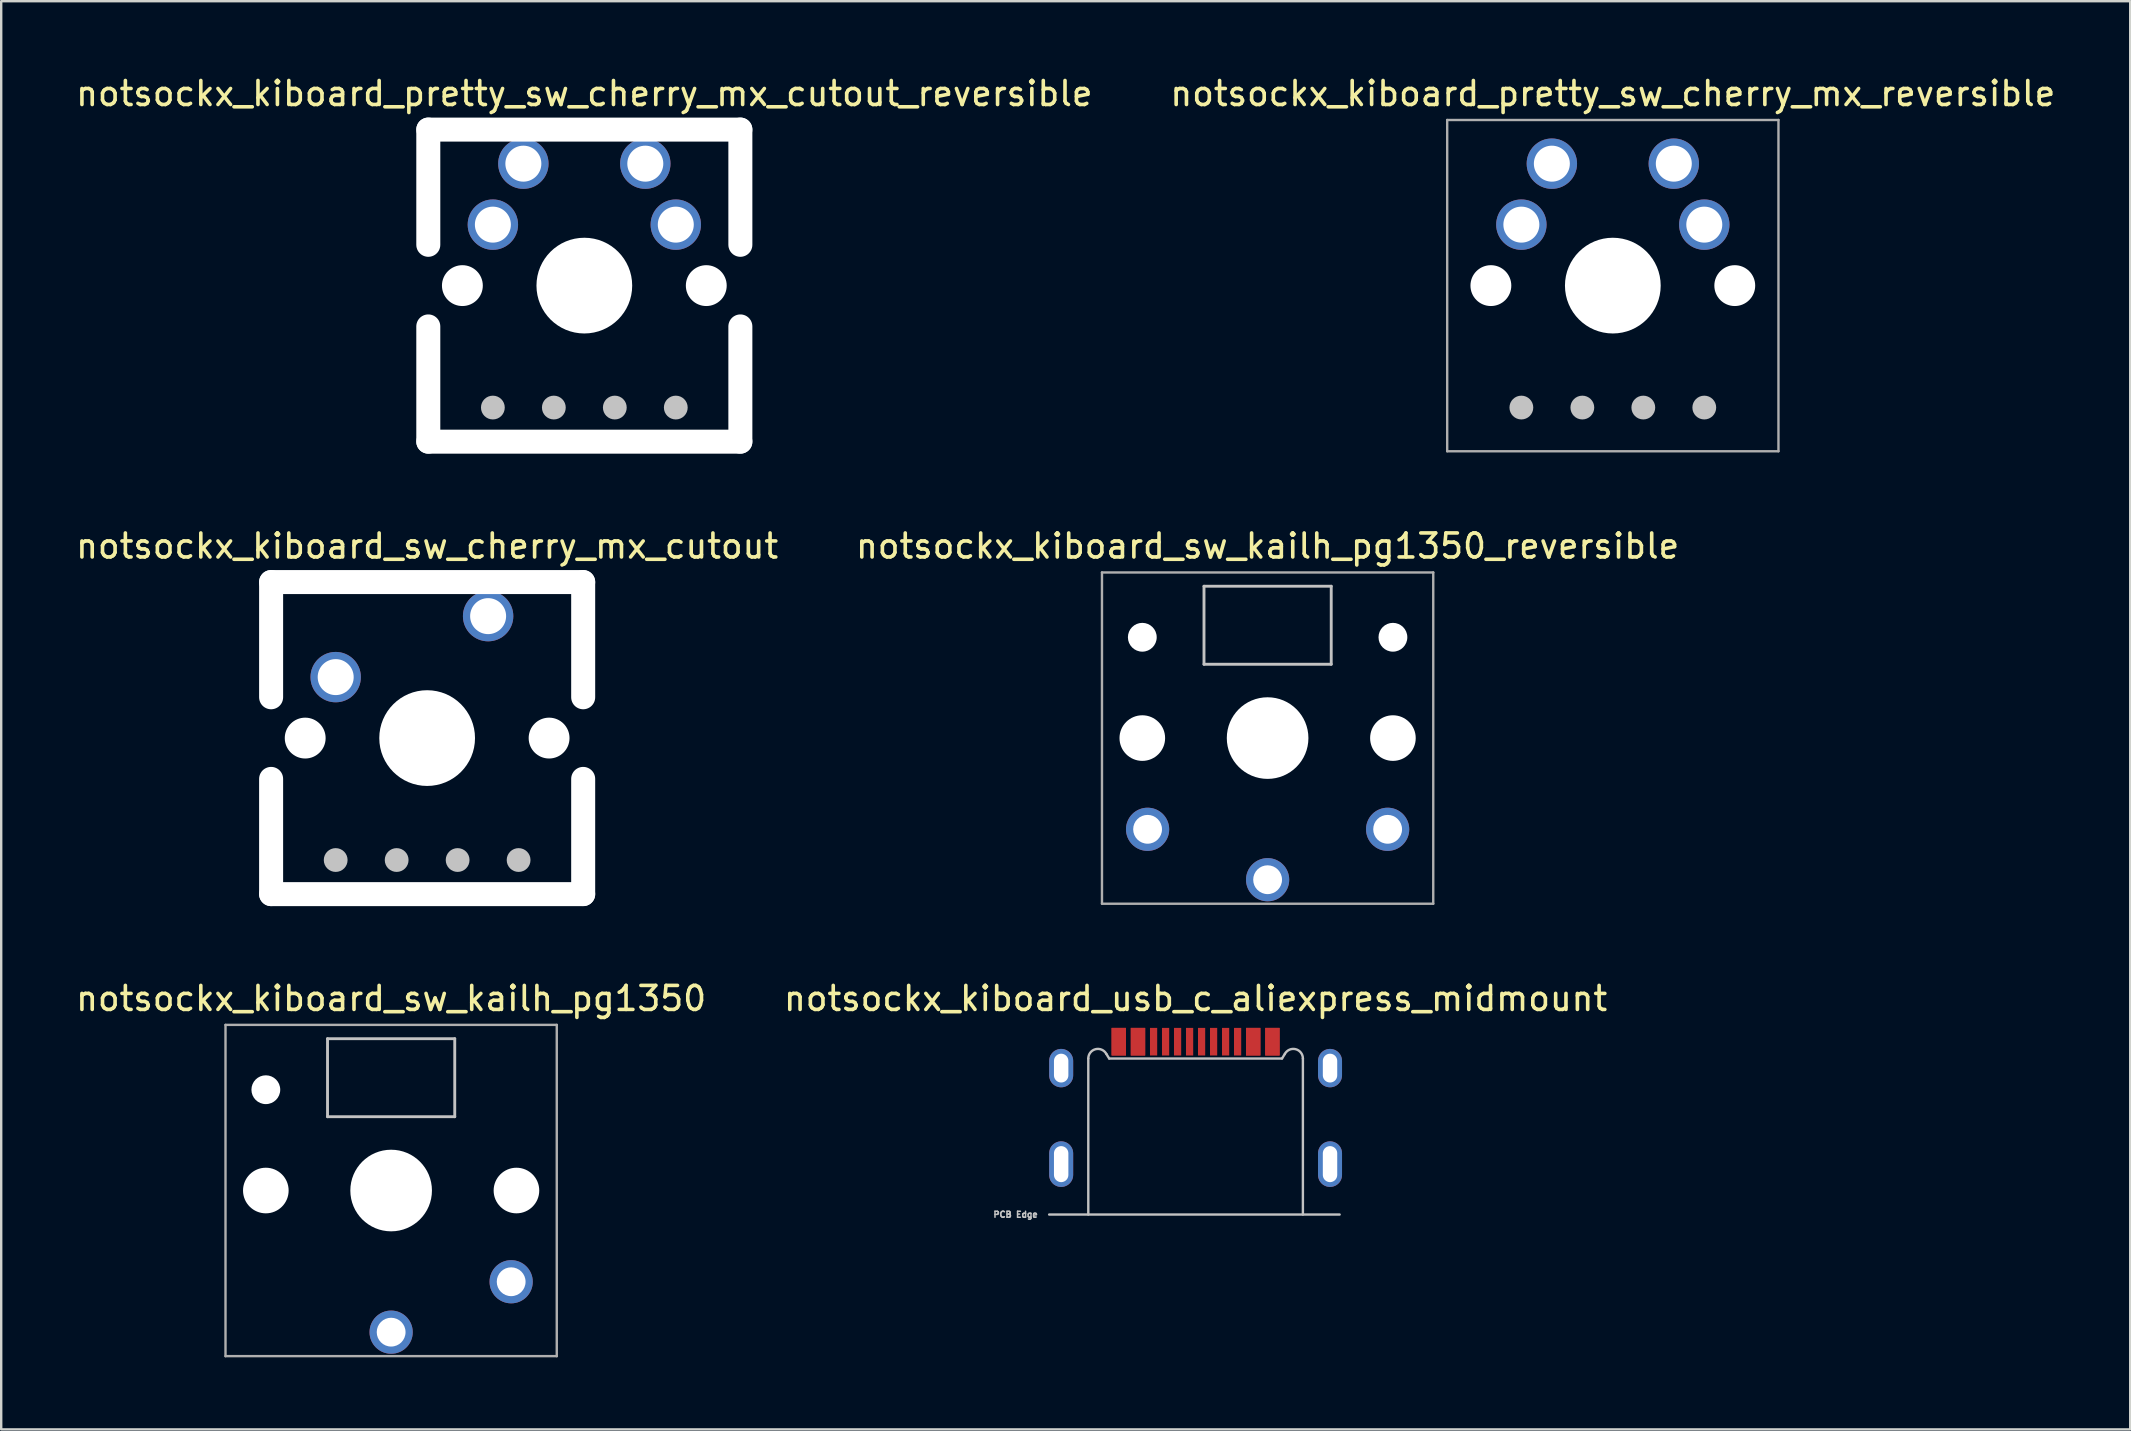
<source format=kicad_pcb>
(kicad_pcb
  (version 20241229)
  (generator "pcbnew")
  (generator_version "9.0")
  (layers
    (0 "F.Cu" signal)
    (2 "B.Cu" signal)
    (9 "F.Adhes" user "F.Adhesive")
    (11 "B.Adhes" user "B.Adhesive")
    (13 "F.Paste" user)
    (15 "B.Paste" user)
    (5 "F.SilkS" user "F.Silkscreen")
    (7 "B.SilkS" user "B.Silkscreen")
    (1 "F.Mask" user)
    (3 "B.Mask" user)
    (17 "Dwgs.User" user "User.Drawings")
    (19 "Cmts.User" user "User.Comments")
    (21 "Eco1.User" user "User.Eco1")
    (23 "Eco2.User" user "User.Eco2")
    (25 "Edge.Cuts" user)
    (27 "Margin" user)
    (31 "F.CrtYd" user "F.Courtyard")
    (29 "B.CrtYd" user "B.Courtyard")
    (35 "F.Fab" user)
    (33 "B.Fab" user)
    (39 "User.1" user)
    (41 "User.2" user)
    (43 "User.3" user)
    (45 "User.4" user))
  (footprint "notsockx_kiboard_sw_kailh_pg1350_reversible"
    (layer "F.Cu")
    (at 49.756 27.697)
    (property "Reference" "notsockx_kiboard_sw_kailh_pg1350_reversible" (at 0 -8 0) (layer "F.SilkS") (effects (font (size 1 1) (thickness 0.15))))
    (attr through_hole)
    (fp_line (start -2.65 -6.325) (end -2.65 -3.075) (stroke (width 0.12) (type solid)) (layer "Dwgs.User"))
    (fp_line (start -2.65 -6.325) (end 2.65 -6.325) (stroke (width 0.12) (type solid)) (layer "Dwgs.User"))
    (fp_line (start -2.65 -3.075) (end 2.65 -3.075) (stroke (width 0.12) (type solid)) (layer "Dwgs.User"))
    (fp_line (start 2.65 -6.325) (end 2.65 -3.075) (stroke (width 0.12) (type solid)) (layer "Dwgs.User"))
    (fp_line (start -6.9 -6.9) (end 6.9 -6.9) (stroke (width 0.1) (type solid)) (layer "F.Fab"))
    (fp_line (start -6.9 6.9) (end -6.9 -6.9) (stroke (width 0.1) (type solid)) (layer "F.Fab"))
    (fp_line (start 6.9 -6.9) (end 6.9 6.9) (stroke (width 0.1) (type solid)) (layer "F.Fab"))
    (fp_line (start 6.9 6.9) (end -6.9 6.9) (stroke (width 0.1) (type solid)) (layer "F.Fab"))
    (pad "" np_thru_hole circle (at -5.22 -4.2) (size 1.2 1.2) (drill 1.2) (layers "*.Cu" "*.Mask"))
    (pad "" np_thru_hole circle (at -5.22 0 180) (size 1.9 1.9) (drill 1.9) (layers "*.Cu" "*.Mask"))
    (pad "" np_thru_hole circle (at 0 0) (size 3.4 3.4) (drill 3.4) (layers "*.Cu" "*.Mask"))
    (pad "" np_thru_hole circle (at 5.22 -4.2 180) (size 1.2 1.2) (drill 1.2) (layers "*.Cu" "*.Mask"))
    (pad "" np_thru_hole circle (at 5.22 0) (size 1.9 1.9) (drill 1.9) (layers "*.Cu" "*.Mask"))
    (pad "1" thru_hole circle (at 0 5.9) (size 1.8 1.8) (drill 1.2) (layers "*.Cu" "*.Mask"))
    (pad "2" thru_hole circle (at -5 3.8 180) (size 1.8 1.8) (drill 1.2) (layers "*.Cu" "*.Mask"))
    (pad "2" thru_hole circle (at 5 3.8) (size 1.8 1.8) (drill 1.2) (layers "*.Cu" "*.Mask")))
  (footprint "notsockx_kiboard_pretty_sw_cherry_mx_cutout_reversible"
    (layer "F.Cu")
    (at 21.292 8.848)
    (property "Reference" "notsockx_kiboard_pretty_sw_cherry_mx_cutout_reversible" (at 0 -8 0) (layer "F.SilkS") (effects (font (size 1 1) (thickness 0.15))))
    (attr through_hole)
    (fp_line (start -3.81 5.08) (end -3.81 5.08) (stroke (width 0.991) (type solid)) (layer "Dwgs.User"))
    (fp_line (start -1.27 5.08) (end -1.27 5.08) (stroke (width 0.991) (type solid)) (layer "Dwgs.User"))
    (fp_line (start 1.27 5.08) (end 1.27 5.08) (stroke (width 0.991) (type solid)) (layer "Dwgs.User"))
    (fp_line (start 3.81 5.08) (end 3.81 5.08) (stroke (width 0.991) (type solid)) (layer "Dwgs.User"))
    (pad "" np_thru_hole oval (at -6.5 -4.1 90) (size 5.8 1) (drill oval 5.8 1) (layers "*.Cu" "*.Mask"))
    (pad "" np_thru_hole oval (at -6.5 4.1 90) (size 5.8 1) (drill oval 5.8 1) (layers "*.Cu" "*.Mask"))
    (pad "" np_thru_hole circle (at -5.08 0 90) (size 1.702 1.702) (drill 1.702) (layers "*.Cu" "*.Mask"))
    (pad "" np_thru_hole oval (at 0 -6.5 180) (size 14 1) (drill oval 14 1) (layers "*.Cu" "*.Mask"))
    (pad "" np_thru_hole circle (at 0 0 90) (size 3.988 3.988) (drill 3.988) (layers "*.Cu" "*.Mask"))
    (pad "" np_thru_hole oval (at 0 6.5 180) (size 14 1) (drill oval 14 1) (layers "*.Cu" "*.Mask"))
    (pad "" np_thru_hole circle (at 5.08 0 90) (size 1.702 1.702) (drill 1.702) (layers "*.Cu" "*.Mask"))
    (pad "" np_thru_hole oval (at 6.5 -4.1 90) (size 5.8 1) (drill oval 5.8 1) (layers "*.Cu" "*.Mask"))
    (pad "" np_thru_hole oval (at 6.5 4.1 90) (size 5.8 1) (drill oval 5.8 1) (layers "*.Cu" "*.Mask"))
    (pad "1" thru_hole circle (at -3.81 -2.54) (size 2.099 2.099) (drill 1.499) (layers "*.Cu" "*.Mask"))
    (pad "1" thru_hole circle (at 3.81 -2.54) (size 2.099 2.099) (drill 1.499) (layers "*.Cu" "*.Mask"))
    (pad "2" thru_hole circle (at -2.54 -5.08) (size 2.099 2.099) (drill 1.499) (layers "*.Cu" "*.Mask"))
    (pad "2" thru_hole circle (at 2.54 -5.08) (size 2.099 2.099) (drill 1.499) (layers "*.Cu" "*.Mask")))
  (footprint "notsockx_kiboard_usb_c_aliexpress_midmount"
    (layer "F.Cu")
    (at 46.756 47.545)
    (property "Reference" "notsockx_kiboard_usb_c_aliexpress_midmount" (at 0 -9 180) (layer "F.SilkS") (effects (font (size 1 1) (thickness 0.15))))
    (attr through_hole)
    (fp_line (start -6.1 0) (end 6 0) (stroke (width 0.1) (type solid)) (layer "Dwgs.User"))
    (fp_line (start -4.47 0) (end -4.47 -6.5) (stroke (width 0.1) (type solid)) (layer "Dwgs.User"))
    (fp_line (start -3.718 -6.69) (end -3.6 -6.5) (stroke (width 0.1) (type solid)) (layer "Dwgs.User"))
    (fp_line (start -3.6 -6.5) (end 3.6 -6.5) (stroke (width 0.1) (type solid)) (layer "Dwgs.User"))
    (fp_line (start 3.6 -6.5) (end 3.718 -6.69) (stroke (width 0.1) (type solid)) (layer "Dwgs.User"))
    (fp_line (start 4.47 0) (end 4.47 -6.5) (stroke (width 0.1) (type solid)) (layer "Dwgs.User"))
    (fp_arc (start -4.47 -6.5) (mid -4.168123 -6.887778) (end -3.718141 -6.69025) (stroke (width 0.1) (type solid)) (layer "Dwgs.User"))
    (fp_arc (start 3.718141 -6.69025) (mid 4.168123 -6.887778) (end 4.47 -6.5) (stroke (width 0.1) (type solid)) (layer "Dwgs.User"))
    (fp_text user "PCB Edge" (at -7.5 0 180) (layer "Dwgs.User") (effects (font (size 0.25 0.25) (thickness 0.062))))
    (pad "A1" smd rect (at -3.2 -7.2) (size 0.6 1.15) (layers "F.Cu" "F.Mask" "F.Paste"))
    (pad "A4" smd rect (at -2.4 -7.2) (size 0.6 1.15) (layers "F.Cu" "F.Mask" "F.Paste"))
    (pad "A5" smd rect (at -1.25 -7.2) (size 0.3 1.15) (layers "F.Cu" "F.Mask" "F.Paste"))
    (pad "A6" smd rect (at -0.25 -7.2) (size 0.3 1.15) (layers "F.Cu" "F.Mask" "F.Paste"))
    (pad "A7" smd rect (at 0.25 -7.2) (size 0.3 1.15) (layers "F.Cu" "F.Mask" "F.Paste"))
    (pad "A8" smd rect (at 1.25 -7.2) (size 0.3 1.15) (layers "F.Cu" "F.Mask" "F.Paste"))
    (pad "A9" smd rect (at 2.4 -7.2) (size 0.6 1.15) (layers "F.Cu" "F.Mask" "F.Paste"))
    (pad "A12" smd rect (at 3.2 -7.2) (size 0.6 1.15) (layers "F.Cu" "F.Mask" "F.Paste"))
    (pad "B1" smd rect (at 3.2 -7.2) (size 0.6 1.15) (layers "F.Cu" "F.Mask" "F.Paste"))
    (pad "B4" smd rect (at 2.4 -7.2) (size 0.6 1.15) (layers "F.Cu" "F.Mask" "F.Paste"))
    (pad "B5" smd rect (at 1.75 -7.2) (size 0.3 1.15) (layers "F.Cu" "F.Mask" "F.Paste"))
    (pad "B6" smd rect (at 0.75 -7.2) (size 0.3 1.15) (layers "F.Cu" "F.Mask" "F.Paste"))
    (pad "B7" smd rect (at -0.75 -7.2) (size 0.3 1.15) (layers "F.Cu" "F.Mask" "F.Paste"))
    (pad "B8" smd rect (at -1.75 -7.2) (size 0.3 1.15) (layers "F.Cu" "F.Mask" "F.Paste"))
    (pad "B9" smd rect (at -2.4 -7.2) (size 0.6 1.15) (layers "F.Cu" "F.Mask" "F.Paste"))
    (pad "B12" smd rect (at -3.2 -7.2) (size 0.6 1.15) (layers "F.Cu" "F.Mask" "F.Paste"))
    (pad "S1" thru_hole oval (at -5.6 -6.1) (size 1 1.6) (drill oval 0.6 1.2) (layers "*.Cu" "*.Mask"))
    (pad "S1" thru_hole oval (at -5.6 -2.1 180) (size 1 1.9) (drill oval 0.6 1.5) (layers "*.Cu" "*.Mask"))
    (pad "S1" thru_hole oval (at 5.6 -6.1) (size 1 1.6) (drill oval 0.6 1.2) (layers "*.Cu" "*.Mask"))
    (pad "S1" thru_hole oval (at 5.6 -2.1) (size 1 1.9) (drill oval 0.6 1.5) (layers "*.Cu" "*.Mask")))
  (footprint "notsockx_kiboard_sw_kailh_pg1350"
    (layer "F.Cu")
    (at 13.244 46.545)
    (property "Reference" "notsockx_kiboard_sw_kailh_pg1350" (at 0 -8 0) (layer "F.SilkS") (effects (font (size 1 1) (thickness 0.15))))
    (attr through_hole)
    (fp_line (start -2.65 -6.325) (end -2.65 -3.075) (stroke (width 0.12) (type solid)) (layer "Dwgs.User"))
    (fp_line (start -2.65 -6.325) (end 2.65 -6.325) (stroke (width 0.12) (type solid)) (layer "Dwgs.User"))
    (fp_line (start -2.65 -3.075) (end 2.65 -3.075) (stroke (width 0.12) (type solid)) (layer "Dwgs.User"))
    (fp_line (start 2.65 -6.325) (end 2.65 -3.075) (stroke (width 0.12) (type solid)) (layer "Dwgs.User"))
    (fp_line (start -6.9 -6.9) (end 6.9 -6.9) (stroke (width 0.1) (type solid)) (layer "F.Fab"))
    (fp_line (start -6.9 6.9) (end -6.9 -6.9) (stroke (width 0.1) (type solid)) (layer "F.Fab"))
    (fp_line (start 6.9 -6.9) (end 6.9 6.9) (stroke (width 0.1) (type solid)) (layer "F.Fab"))
    (fp_line (start 6.9 6.9) (end -6.9 6.9) (stroke (width 0.1) (type solid)) (layer "F.Fab"))
    (pad "" np_thru_hole circle (at -5.22 -4.2) (size 1.2 1.2) (drill 1.2) (layers "*.Cu" "*.Mask"))
    (pad "" np_thru_hole circle (at -5.22 0 180) (size 1.9 1.9) (drill 1.9) (layers "*.Cu" "*.Mask"))
    (pad "" np_thru_hole circle (at 0 0) (size 3.4 3.4) (drill 3.4) (layers "*.Cu" "*.Mask"))
    (pad "" np_thru_hole circle (at 5.22 0) (size 1.9 1.9) (drill 1.9) (layers "*.Cu" "*.Mask"))
    (pad "1" thru_hole circle (at 0 5.9) (size 1.8 1.8) (drill 1.2) (layers "*.Cu" "*.Mask"))
    (pad "2" thru_hole circle (at 5 3.8) (size 1.8 1.8) (drill 1.2) (layers "*.Cu" "*.Mask")))
  (footprint "notsockx_kiboard_sw_cherry_mx_cutout"
    (layer "F.Cu")
    (at 14.744 27.697)
    (property "Reference" "notsockx_kiboard_sw_cherry_mx_cutout" (at 0 -8 0) (layer "F.SilkS") (effects (font (size 1 1) (thickness 0.15))))
    (attr through_hole)
    (fp_line (start -3.81 5.08) (end -3.81 5.08) (stroke (width 0.991) (type solid)) (layer "Dwgs.User"))
    (fp_line (start -1.27 5.08) (end -1.27 5.08) (stroke (width 0.991) (type solid)) (layer "Dwgs.User"))
    (fp_line (start 1.27 5.08) (end 1.27 5.08) (stroke (width 0.991) (type solid)) (layer "Dwgs.User"))
    (fp_line (start 3.81 5.08) (end 3.81 5.08) (stroke (width 0.991) (type solid)) (layer "Dwgs.User"))
    (pad "" np_thru_hole oval (at -6.5 -4.1 90) (size 5.8 1) (drill oval 5.8 1) (layers "*.Cu" "*.Mask"))
    (pad "" np_thru_hole oval (at -6.5 4.1 90) (size 5.8 1) (drill oval 5.8 1) (layers "*.Cu" "*.Mask"))
    (pad "" np_thru_hole circle (at -5.08 0 90) (size 1.702 1.702) (drill 1.702) (layers "*.Cu" "*.Mask"))
    (pad "" np_thru_hole oval (at 0 -6.5 180) (size 14 1) (drill oval 14 1) (layers "*.Cu" "*.Mask"))
    (pad "" np_thru_hole circle (at 0 0 90) (size 3.988 3.988) (drill 3.988) (layers "*.Cu" "*.Mask"))
    (pad "" np_thru_hole oval (at 0 6.5 180) (size 14 1) (drill oval 14 1) (layers "*.Cu" "*.Mask"))
    (pad "" np_thru_hole circle (at 5.08 0 90) (size 1.702 1.702) (drill 1.702) (layers "*.Cu" "*.Mask"))
    (pad "" np_thru_hole oval (at 6.5 -4.1 90) (size 5.8 1) (drill oval 5.8 1) (layers "*.Cu" "*.Mask"))
    (pad "" np_thru_hole oval (at 6.5 4.1 90) (size 5.8 1) (drill oval 5.8 1) (layers "*.Cu" "*.Mask"))
    (pad "1" thru_hole circle (at -3.81 -2.54) (size 2.099 2.099) (drill 1.499) (layers "*.Cu" "*.Mask"))
    (pad "2" thru_hole circle (at 2.54 -5.08) (size 2.099 2.099) (drill 1.499) (layers "*.Cu" "*.Mask")))
  (footprint "notsockx_kiboard_pretty_sw_cherry_mx_reversible"
    (layer "F.Cu")
    (at 64.137 8.848)
    (property "Reference" "notsockx_kiboard_pretty_sw_cherry_mx_reversible" (at 0 -8 0) (layer "F.SilkS") (effects (font (size 1 1) (thickness 0.15))))
    (attr through_hole)
    (fp_line (start -3.81 5.08) (end -3.81 5.08) (stroke (width 0.991) (type solid)) (layer "Dwgs.User"))
    (fp_line (start -1.27 5.08) (end -1.27 5.08) (stroke (width 0.991) (type solid)) (layer "Dwgs.User"))
    (fp_line (start 1.27 5.08) (end 1.27 5.08) (stroke (width 0.991) (type solid)) (layer "Dwgs.User"))
    (fp_line (start 3.81 5.08) (end 3.81 5.08) (stroke (width 0.991) (type solid)) (layer "Dwgs.User"))
    (fp_line (start -6.9 -6.9) (end 6.9 -6.9) (stroke (width 0.1) (type solid)) (layer "F.Fab"))
    (fp_line (start -6.9 6.9) (end -6.9 -6.9) (stroke (width 0.1) (type solid)) (layer "F.Fab"))
    (fp_line (start 6.9 -6.9) (end 6.9 6.9) (stroke (width 0.1) (type solid)) (layer "F.Fab"))
    (fp_line (start 6.9 6.9) (end -6.9 6.9) (stroke (width 0.1) (type solid)) (layer "F.Fab"))
    (pad "" np_thru_hole circle (at -5.08 0 90) (size 1.702 1.702) (drill 1.702) (layers "*.Cu" "*.Mask"))
    (pad "" np_thru_hole circle (at 0 0 90) (size 3.988 3.988) (drill 3.988) (layers "*.Cu" "*.Mask"))
    (pad "" np_thru_hole circle (at 5.08 0 90) (size 1.702 1.702) (drill 1.702) (layers "*.Cu" "*.Mask"))
    (pad "1" thru_hole circle (at -3.81 -2.54) (size 2.099 2.099) (drill 1.499) (layers "*.Cu" "*.Mask"))
    (pad "1" thru_hole circle (at 3.81 -2.54) (size 2.099 2.099) (drill 1.499) (layers "*.Cu" "*.Mask"))
    (pad "2" thru_hole circle (at -2.54 -5.08) (size 2.099 2.099) (drill 1.499) (layers "*.Cu" "*.Mask"))
    (pad "2" thru_hole circle (at 2.54 -5.08) (size 2.099 2.099) (drill 1.499) (layers "*.Cu" "*.Mask")))
  (gr_rect
    (start -3 -3)
    (end 85.69 56.495)
    (stroke (width 0.1) (type default))
    (fill no)
    (layer "Edge.Cuts")))
</source>
